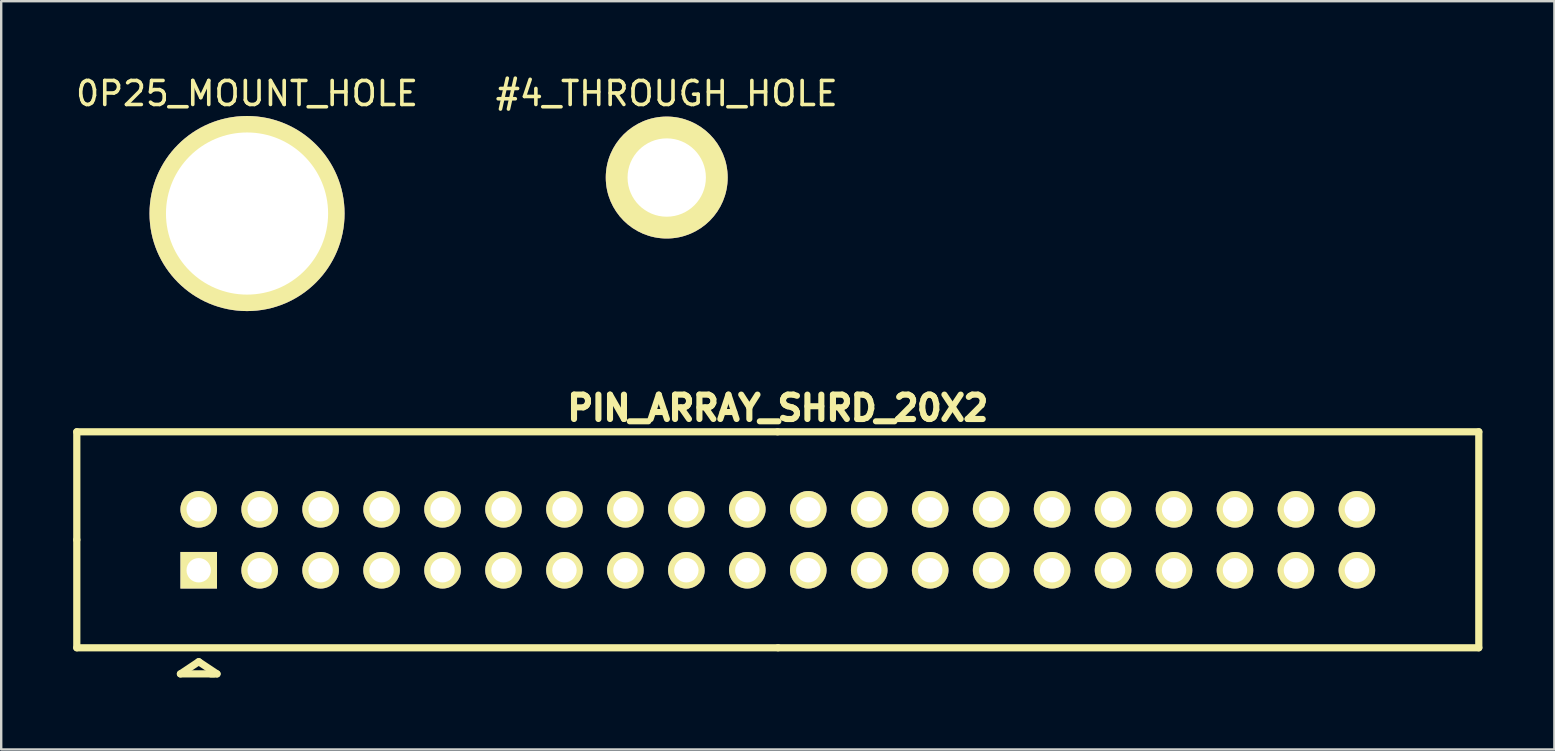
<source format=kicad_pcb>
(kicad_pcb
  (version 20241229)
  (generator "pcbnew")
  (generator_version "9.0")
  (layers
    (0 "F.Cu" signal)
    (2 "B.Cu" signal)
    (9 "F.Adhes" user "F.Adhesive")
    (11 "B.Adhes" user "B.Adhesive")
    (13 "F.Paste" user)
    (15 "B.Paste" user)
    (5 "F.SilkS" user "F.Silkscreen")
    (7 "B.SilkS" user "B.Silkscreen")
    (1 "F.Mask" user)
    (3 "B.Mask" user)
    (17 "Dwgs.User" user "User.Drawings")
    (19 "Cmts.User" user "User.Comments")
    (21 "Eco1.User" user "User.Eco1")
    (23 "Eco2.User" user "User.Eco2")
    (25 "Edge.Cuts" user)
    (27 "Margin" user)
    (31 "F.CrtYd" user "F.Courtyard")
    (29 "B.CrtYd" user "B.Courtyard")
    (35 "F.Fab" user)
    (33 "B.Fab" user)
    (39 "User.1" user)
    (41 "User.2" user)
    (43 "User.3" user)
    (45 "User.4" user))
  (footprint "#4_THROUGH_HOLE"
    (layer "F.Cu")
    (at 24.732 4.348)
    (property "Reference" "#4_THROUGH_HOLE" (at 0 -3.5 0) (layer "F.SilkS") (effects (font (size 1 1) (thickness 0.15))))
    (attr through_hole)
    (pad "1" thru_hole circle (at 0 0) (size 5.08 5.08) (drill 3.264) (layers "*.Cu" "*.Mask" "F.SilkS")))
  (footprint "PIN_ARRAY_SHRD_20X2"
    (layer "F.Cu")
    (at 29.36 19.442)
    (property "Reference" "PIN_ARRAY_SHRD_20X2" (at 0 -5.49 0) (layer "F.SilkS") (effects (font (size 1.016 1.016) (thickness 0.274))))
    (attr through_hole)
    (fp_line (start -29.21 -4.5) (end -0.01 -4.5) (stroke (width 0.3) (type solid)) (layer "F.SilkS"))
    (fp_line (start -29.21 0) (end -29.21 -4.5) (stroke (width 0.3) (type solid)) (layer "F.SilkS"))
    (fp_line (start -29.21 0) (end -29.21 4.5) (stroke (width 0.3) (type solid)) (layer "F.SilkS"))
    (fp_line (start -29.21 4.5) (end 0.01 4.5) (stroke (width 0.3) (type solid)) (layer "F.SilkS"))
    (fp_line (start -24.892 5.588) (end -23.495 5.588) (stroke (width 0.3) (type solid)) (layer "F.SilkS"))
    (fp_line (start -24.13 5.08) (end -24.892 5.588) (stroke (width 0.3) (type solid)) (layer "F.SilkS"))
    (fp_line (start -24.13 5.08) (end -23.368 5.588) (stroke (width 0.3) (type solid)) (layer "F.SilkS"))
    (fp_line (start -23.368 5.588) (end -23.622 5.588) (stroke (width 0.3) (type solid)) (layer "F.SilkS"))
    (fp_line (start 0.01 4.5) (end 29.21 4.5) (stroke (width 0.3) (type solid)) (layer "F.SilkS"))
    (fp_line (start 29.21 -4.5) (end -0.01 -4.5) (stroke (width 0.3) (type solid)) (layer "F.SilkS"))
    (fp_line (start 29.21 4.5) (end 29.21 -4.5) (stroke (width 0.3) (type solid)) (layer "F.SilkS"))
    (pad "1" thru_hole rect (at -24.13 1.27) (size 1.524 1.524) (drill 1.016) (layers "*.Cu" "*.Mask" "F.SilkS"))
    (pad "2" thru_hole circle (at -24.13 -1.27) (size 1.524 1.524) (drill 1.016) (layers "*.Cu" "*.Mask" "F.SilkS"))
    (pad "3" thru_hole circle (at -21.59 1.27) (size 1.524 1.524) (drill 1.016) (layers "*.Cu" "*.Mask" "F.SilkS"))
    (pad "4" thru_hole circle (at -21.59 -1.27) (size 1.524 1.524) (drill 1.016) (layers "*.Cu" "*.Mask" "F.SilkS"))
    (pad "5" thru_hole circle (at -19.05 1.27) (size 1.524 1.524) (drill 1.016) (layers "*.Cu" "*.Mask" "F.SilkS"))
    (pad "6" thru_hole circle (at -19.05 -1.27) (size 1.524 1.524) (drill 1.016) (layers "*.Cu" "*.Mask" "F.SilkS"))
    (pad "7" thru_hole circle (at -16.51 1.27) (size 1.524 1.524) (drill 1.016) (layers "*.Cu" "*.Mask" "F.SilkS"))
    (pad "8" thru_hole circle (at -16.51 -1.27) (size 1.524 1.524) (drill 1.016) (layers "*.Cu" "*.Mask" "F.SilkS"))
    (pad "9" thru_hole circle (at -13.97 1.27) (size 1.524 1.524) (drill 1.016) (layers "*.Cu" "*.Mask" "F.SilkS"))
    (pad "10" thru_hole circle (at -13.97 -1.27) (size 1.524 1.524) (drill 1.016) (layers "*.Cu" "*.Mask" "F.SilkS"))
    (pad "11" thru_hole circle (at -11.43 1.27) (size 1.524 1.524) (drill 1.016) (layers "*.Cu" "*.Mask" "F.SilkS"))
    (pad "12" thru_hole circle (at -11.43 -1.27) (size 1.524 1.524) (drill 1.016) (layers "*.Cu" "*.Mask" "F.SilkS"))
    (pad "13" thru_hole circle (at -8.89 1.27) (size 1.524 1.524) (drill 1.016) (layers "*.Cu" "*.Mask" "F.SilkS"))
    (pad "14" thru_hole circle (at -8.89 -1.27) (size 1.524 1.524) (drill 1.016) (layers "*.Cu" "*.Mask" "F.SilkS"))
    (pad "15" thru_hole circle (at -6.35 1.27) (size 1.524 1.524) (drill 1.016) (layers "*.Cu" "*.Mask" "F.SilkS"))
    (pad "16" thru_hole circle (at -6.35 -1.27) (size 1.524 1.524) (drill 1.016) (layers "*.Cu" "*.Mask" "F.SilkS"))
    (pad "17" thru_hole circle (at -3.81 1.27) (size 1.524 1.524) (drill 1.016) (layers "*.Cu" "*.Mask" "F.SilkS"))
    (pad "18" thru_hole circle (at -3.81 -1.27) (size 1.524 1.524) (drill 1.016) (layers "*.Cu" "*.Mask" "F.SilkS"))
    (pad "19" thru_hole circle (at -1.27 1.27) (size 1.524 1.524) (drill 1.016) (layers "*.Cu" "*.Mask" "F.SilkS"))
    (pad "20" thru_hole circle (at -1.27 -1.27) (size 1.524 1.524) (drill 1.016) (layers "*.Cu" "*.Mask" "F.SilkS"))
    (pad "21" thru_hole circle (at 1.27 1.27) (size 1.524 1.524) (drill 1.016) (layers "*.Cu" "*.Mask" "F.SilkS"))
    (pad "22" thru_hole circle (at 1.27 -1.27) (size 1.524 1.524) (drill 1.016) (layers "*.Cu" "*.Mask" "F.SilkS"))
    (pad "23" thru_hole circle (at 3.81 1.27) (size 1.524 1.524) (drill 1.016) (layers "*.Cu" "*.Mask" "F.SilkS"))
    (pad "24" thru_hole circle (at 3.81 -1.27) (size 1.524 1.524) (drill 1.016) (layers "*.Cu" "*.Mask" "F.SilkS"))
    (pad "25" thru_hole circle (at 6.35 1.27) (size 1.524 1.524) (drill 1.016) (layers "*.Cu" "*.Mask" "F.SilkS"))
    (pad "26" thru_hole circle (at 6.35 -1.27) (size 1.524 1.524) (drill 1.016) (layers "*.Cu" "*.Mask" "F.SilkS"))
    (pad "27" thru_hole circle (at 8.89 1.27) (size 1.524 1.524) (drill 1.016) (layers "*.Cu" "*.Mask" "F.SilkS"))
    (pad "28" thru_hole circle (at 8.89 -1.27) (size 1.524 1.524) (drill 1.016) (layers "*.Cu" "*.Mask" "F.SilkS"))
    (pad "29" thru_hole circle (at 11.43 1.27) (size 1.524 1.524) (drill 1.016) (layers "*.Cu" "*.Mask" "F.SilkS"))
    (pad "30" thru_hole circle (at 11.43 -1.27) (size 1.524 1.524) (drill 1.016) (layers "*.Cu" "*.Mask" "F.SilkS"))
    (pad "31" thru_hole circle (at 13.97 1.27) (size 1.524 1.524) (drill 1.016) (layers "*.Cu" "*.Mask" "F.SilkS"))
    (pad "32" thru_hole circle (at 13.97 -1.27) (size 1.524 1.524) (drill 1.016) (layers "*.Cu" "*.Mask" "F.SilkS"))
    (pad "33" thru_hole circle (at 16.51 1.27) (size 1.524 1.524) (drill 1.016) (layers "*.Cu" "*.Mask" "F.SilkS"))
    (pad "34" thru_hole circle (at 16.51 -1.27) (size 1.524 1.524) (drill 1.016) (layers "*.Cu" "*.Mask" "F.SilkS"))
    (pad "35" thru_hole circle (at 19.05 1.27) (size 1.524 1.524) (drill 1.016) (layers "*.Cu" "*.Mask" "F.SilkS"))
    (pad "36" thru_hole circle (at 19.05 -1.27) (size 1.524 1.524) (drill 1.016) (layers "*.Cu" "*.Mask" "F.SilkS"))
    (pad "37" thru_hole circle (at 21.59 1.27) (size 1.524 1.524) (drill 1.016) (layers "*.Cu" "*.Mask" "F.SilkS"))
    (pad "38" thru_hole circle (at 21.59 -1.27) (size 1.524 1.524) (drill 1.016) (layers "*.Cu" "*.Mask" "F.SilkS"))
    (pad "39" thru_hole circle (at 24.13 1.27) (size 1.524 1.524) (drill 1.016) (layers "*.Cu" "*.Mask" "F.SilkS"))
    (pad "40" thru_hole circle (at 24.13 -1.27) (size 1.524 1.524) (drill 1.016) (layers "*.Cu" "*.Mask" "F.SilkS")))
  (footprint "0P25_MOUNT_HOLE"
    (layer "F.Cu")
    (at 7.244 5.848)
    (property "Reference" "0P25_MOUNT_HOLE" (at 0 -5 0) (layer "F.SilkS") (effects (font (size 1 1) (thickness 0.15))))
    (attr through_hole)
    (pad "1" thru_hole circle (at 0 0) (size 8.128 8.128) (drill 6.756) (layers "*.Cu" "*.Mask" "F.SilkS")))
  (gr_rect
    (start -3 -3)
    (end 61.72 28.18)
    (stroke (width 0.1) (type default))
    (fill no)
    (layer "Edge.Cuts")))
</source>
